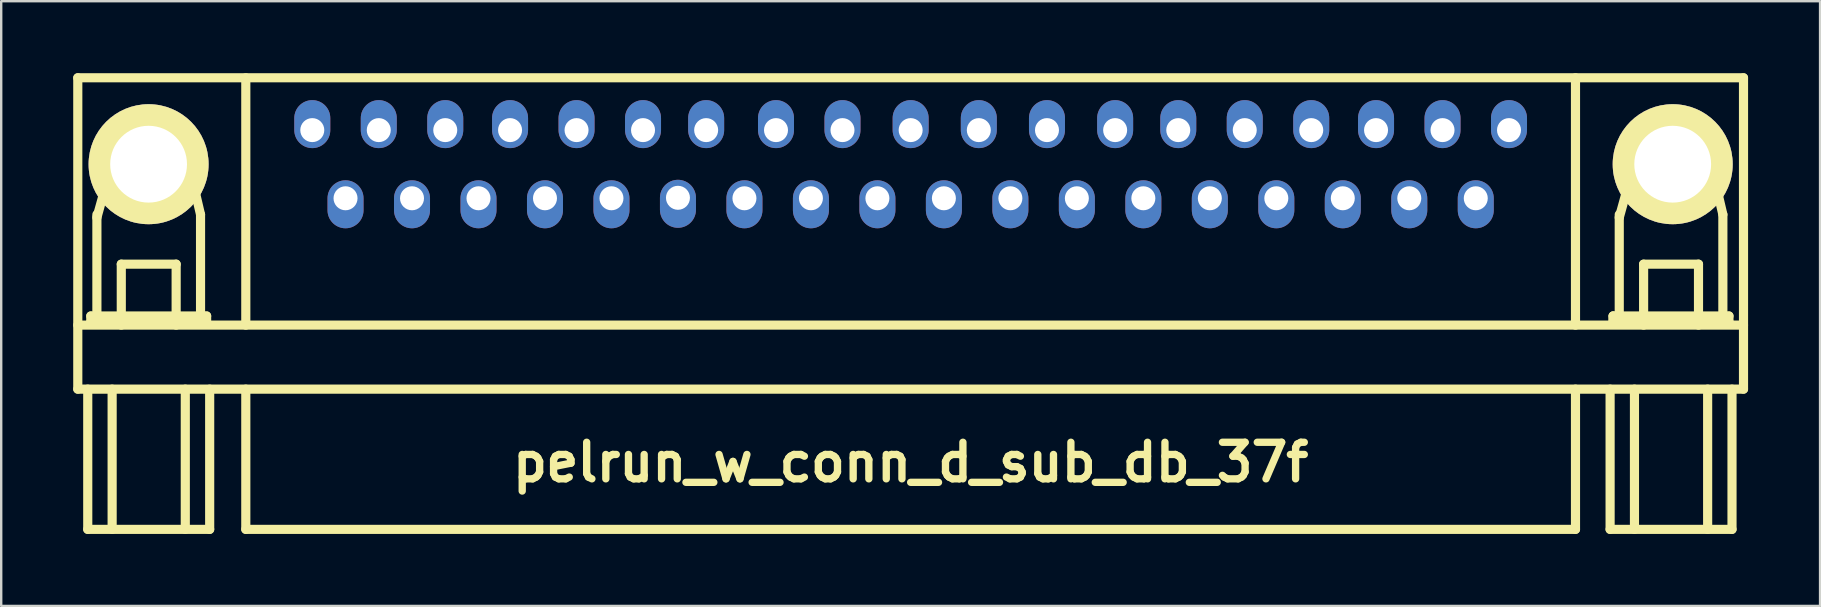
<source format=kicad_pcb>
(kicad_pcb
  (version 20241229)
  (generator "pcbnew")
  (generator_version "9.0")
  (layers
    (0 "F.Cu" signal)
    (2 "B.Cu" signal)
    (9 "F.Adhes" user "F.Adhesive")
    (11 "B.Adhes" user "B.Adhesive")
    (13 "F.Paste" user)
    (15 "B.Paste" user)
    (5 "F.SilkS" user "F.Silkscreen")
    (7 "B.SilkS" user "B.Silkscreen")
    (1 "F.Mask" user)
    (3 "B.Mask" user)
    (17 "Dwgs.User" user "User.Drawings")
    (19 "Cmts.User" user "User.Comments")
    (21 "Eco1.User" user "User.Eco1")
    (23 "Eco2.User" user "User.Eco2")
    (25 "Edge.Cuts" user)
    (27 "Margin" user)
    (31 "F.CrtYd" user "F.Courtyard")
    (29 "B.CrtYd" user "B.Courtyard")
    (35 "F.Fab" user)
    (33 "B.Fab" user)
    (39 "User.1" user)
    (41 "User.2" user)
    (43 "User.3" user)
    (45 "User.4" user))
  (footprint "pelrun_w_conn_d_sub_db_37f"
    (layer "F.Cu")
    (at 34.891 8.591)
    (property "Reference" "pelrun_w_conn_d_sub_db_37f" (at 0 7.62 0) (layer "F.SilkS") (effects (font (size 1.524 1.524) (thickness 0.305))))
    (attr through_hole)
    (fp_line (start -34.7 -8.4) (end -34.7 4.572) (stroke (width 0.381) (type solid)) (layer "F.SilkS"))
    (fp_line (start -34.7 1.905) (end 34.7 1.905) (stroke (width 0.381) (type solid)) (layer "F.SilkS"))
    (fp_line (start -34.285 4.572) (end -34.285 10.414) (stroke (width 0.381) (type solid)) (layer "F.SilkS"))
    (fp_line (start -34.285 10.414) (end -29.205 10.414) (stroke (width 0.381) (type solid)) (layer "F.SilkS"))
    (fp_line (start -34.158 1.524) (end -34.158 1.778) (stroke (width 0.381) (type solid)) (layer "F.SilkS"))
    (fp_line (start -34.158 1.778) (end -29.332 1.778) (stroke (width 0.381) (type solid)) (layer "F.SilkS"))
    (fp_line (start -33.904 -2.576) (end -33.269 -4.862) (stroke (width 0.381) (type solid)) (layer "F.SilkS"))
    (fp_line (start -33.904 1.524) (end -33.904 -2.703) (stroke (width 0.381) (type solid)) (layer "F.SilkS"))
    (fp_line (start -33.269 -4.862) (end -30.094 -4.862) (stroke (width 0.381) (type solid)) (layer "F.SilkS"))
    (fp_line (start -33.269 4.572) (end -33.269 10.414) (stroke (width 0.381) (type solid)) (layer "F.SilkS"))
    (fp_line (start -32.888 -0.635) (end -30.602 -0.635) (stroke (width 0.381) (type solid)) (layer "F.SilkS"))
    (fp_line (start -32.888 1.905) (end -32.888 -0.635) (stroke (width 0.381) (type solid)) (layer "F.SilkS"))
    (fp_line (start -30.602 -0.635) (end -30.602 1.905) (stroke (width 0.381) (type solid)) (layer "F.SilkS"))
    (fp_line (start -30.221 4.572) (end -30.221 10.414) (stroke (width 0.381) (type solid)) (layer "F.SilkS"))
    (fp_line (start -30.094 -4.862) (end -29.586 -2.703) (stroke (width 0.381) (type solid)) (layer "F.SilkS"))
    (fp_line (start -29.586 -2.703) (end -29.586 1.524) (stroke (width 0.381) (type solid)) (layer "F.SilkS"))
    (fp_line (start -29.332 1.524) (end -34.158 1.524) (stroke (width 0.381) (type solid)) (layer "F.SilkS"))
    (fp_line (start -29.332 1.778) (end -29.332 1.524) (stroke (width 0.381) (type solid)) (layer "F.SilkS"))
    (fp_line (start -29.205 4.572) (end -29.205 10.414) (stroke (width 0.381) (type solid)) (layer "F.SilkS"))
    (fp_line (start -27.7 1.905) (end -27.7 -8.4) (stroke (width 0.381) (type solid)) (layer "F.SilkS"))
    (fp_line (start -27.7 4.572) (end -27.7 10.414) (stroke (width 0.381) (type solid)) (layer "F.SilkS"))
    (fp_line (start 27.7 1.905) (end 27.7 -8.4) (stroke (width 0.381) (type solid)) (layer "F.SilkS"))
    (fp_line (start 27.7 10.414) (end -27.7 10.414) (stroke (width 0.381) (type solid)) (layer "F.SilkS"))
    (fp_line (start 27.7 10.414) (end 27.7 4.572) (stroke (width 0.381) (type solid)) (layer "F.SilkS"))
    (fp_line (start 29.142 4.572) (end 29.142 10.414) (stroke (width 0.381) (type solid)) (layer "F.SilkS"))
    (fp_line (start 29.142 10.414) (end 34.221 10.414) (stroke (width 0.381) (type solid)) (layer "F.SilkS"))
    (fp_line (start 29.268 1.524) (end 29.268 1.778) (stroke (width 0.381) (type solid)) (layer "F.SilkS"))
    (fp_line (start 29.268 1.524) (end 29.268 1.778) (stroke (width 0.381) (type solid)) (layer "F.SilkS"))
    (fp_line (start 29.268 1.778) (end 34.094 1.778) (stroke (width 0.381) (type solid)) (layer "F.SilkS"))
    (fp_line (start 29.523 -2.576) (end 30.157 -4.862) (stroke (width 0.381) (type solid)) (layer "F.SilkS"))
    (fp_line (start 29.523 1.524) (end 29.523 -2.703) (stroke (width 0.381) (type solid)) (layer "F.SilkS"))
    (fp_line (start 30.157 -4.862) (end 33.333 -4.862) (stroke (width 0.381) (type solid)) (layer "F.SilkS"))
    (fp_line (start 30.157 4.572) (end 30.157 10.414) (stroke (width 0.381) (type solid)) (layer "F.SilkS"))
    (fp_line (start 30.538 -0.635) (end 32.825 -0.635) (stroke (width 0.381) (type solid)) (layer "F.SilkS"))
    (fp_line (start 30.538 1.905) (end 30.538 -0.635) (stroke (width 0.381) (type solid)) (layer "F.SilkS"))
    (fp_line (start 32.825 -0.635) (end 32.825 1.905) (stroke (width 0.381) (type solid)) (layer "F.SilkS"))
    (fp_line (start 33.206 4.572) (end 33.206 10.414) (stroke (width 0.381) (type solid)) (layer "F.SilkS"))
    (fp_line (start 33.333 -4.862) (end 33.84 -2.703) (stroke (width 0.381) (type solid)) (layer "F.SilkS"))
    (fp_line (start 33.84 -2.703) (end 33.84 1.524) (stroke (width 0.381) (type solid)) (layer "F.SilkS"))
    (fp_line (start 34.094 1.524) (end 29.268 1.524) (stroke (width 0.381) (type solid)) (layer "F.SilkS"))
    (fp_line (start 34.094 1.778) (end 34.094 1.524) (stroke (width 0.381) (type solid)) (layer "F.SilkS"))
    (fp_line (start 34.221 4.572) (end 34.221 10.414) (stroke (width 0.381) (type solid)) (layer "F.SilkS"))
    (fp_line (start 34.7 -8.4) (end -34.7 -8.4) (stroke (width 0.381) (type solid)) (layer "F.SilkS"))
    (fp_line (start 34.7 -8.4) (end 34.7 4.572) (stroke (width 0.381) (type solid)) (layer "F.SilkS"))
    (fp_line (start 34.7 4.572) (end -34.7 4.572) (stroke (width 0.381) (type solid)) (layer "F.SilkS"))
    (pad "" thru_hole circle (at -31.75 -4.8) (size 5 5) (drill 3.2) (layers "*.Cu" "*.Mask" "F.SilkS"))
    (pad "" thru_hole circle (at 31.75 -4.8) (size 5 5) (drill 3.2) (layers "*.Cu" "*.Mask" "F.SilkS"))
    (pad "1" thru_hole oval (at 24.93 -6.22) (size 1.5 2) (drill 1 (offset 0 -0.25)) (layers "*.Cu" "*.Mask"))
    (pad "2" thru_hole oval (at 22.16 -6.22) (size 1.5 2) (drill 1 (offset 0 -0.25)) (layers "*.Cu" "*.Mask"))
    (pad "3" thru_hole oval (at 19.39 -6.22) (size 1.5 2) (drill 1 (offset 0 -0.25)) (layers "*.Cu" "*.Mask"))
    (pad "4" thru_hole oval (at 16.69 -6.22) (size 1.5 2) (drill 1 (offset 0 -0.25)) (layers "*.Cu" "*.Mask"))
    (pad "5" thru_hole oval (at 13.92 -6.22) (size 1.5 2) (drill 1 (offset 0 -0.25)) (layers "*.Cu" "*.Mask"))
    (pad "6" thru_hole oval (at 11.15 -6.22) (size 1.5 2) (drill 1 (offset 0 -0.25)) (layers "*.Cu" "*.Mask"))
    (pad "7" thru_hole oval (at 8.52 -6.22) (size 1.5 2) (drill 1 (offset 0 -0.25)) (layers "*.Cu" "*.Mask"))
    (pad "8" thru_hole oval (at 5.68 -6.22) (size 1.5 2) (drill 1 (offset 0 -0.25)) (layers "*.Cu" "*.Mask"))
    (pad "9" thru_hole oval (at 2.84 -6.22) (size 1.5 2) (drill 1 (offset 0 -0.25)) (layers "*.Cu" "*.Mask"))
    (pad "10" thru_hole oval (at 0 -6.22) (size 1.5 2) (drill 1 (offset 0 -0.25)) (layers "*.Cu" "*.Mask"))
    (pad "11" thru_hole oval (at -2.84 -6.22) (size 1.5 2) (drill 1 (offset 0 -0.25)) (layers "*.Cu" "*.Mask"))
    (pad "12" thru_hole oval (at -5.61 -6.22) (size 1.5 2) (drill 1 (offset 0 -0.25)) (layers "*.Cu" "*.Mask"))
    (pad "13" thru_hole oval (at -8.52 -6.22) (size 1.5 2) (drill 1 (offset 0 -0.25)) (layers "*.Cu" "*.Mask"))
    (pad "14" thru_hole oval (at -11.15 -6.22) (size 1.5 2) (drill 1 (offset 0 -0.25)) (layers "*.Cu" "*.Mask"))
    (pad "15" thru_hole oval (at -13.92 -6.22) (size 1.5 2) (drill 1 (offset 0 -0.25)) (layers "*.Cu" "*.Mask"))
    (pad "16" thru_hole oval (at -16.69 -6.22) (size 1.5 2) (drill 1 (offset 0 -0.25)) (layers "*.Cu" "*.Mask"))
    (pad "17" thru_hole oval (at -19.39 -6.22) (size 1.5 2) (drill 1 (offset 0 -0.25)) (layers "*.Cu" "*.Mask"))
    (pad "18" thru_hole oval (at -22.16 -6.22) (size 1.5 2) (drill 1 (offset 0 -0.25)) (layers "*.Cu" "*.Mask"))
    (pad "19" thru_hole oval (at -24.93 -6.22) (size 1.5 2) (drill 1 (offset 0 -0.25)) (layers "*.Cu" "*.Mask"))
    (pad "20" thru_hole oval (at 23.545 -3.38) (size 1.5 2) (drill 1 (offset 0 0.25)) (layers "*.Cu" "*.Mask"))
    (pad "21" thru_hole oval (at 20.775 -3.38) (size 1.5 2) (drill 1 (offset 0 0.25)) (layers "*.Cu" "*.Mask"))
    (pad "22" thru_hole oval (at 18.005 -3.38) (size 1.5 2) (drill 1 (offset 0 0.25)) (layers "*.Cu" "*.Mask"))
    (pad "23" thru_hole oval (at 15.235 -3.38) (size 1.5 2) (drill 1 (offset 0 0.25)) (layers "*.Cu" "*.Mask"))
    (pad "24" thru_hole oval (at 12.465 -3.38) (size 1.5 2) (drill 1 (offset 0 0.25)) (layers "*.Cu" "*.Mask"))
    (pad "25" thru_hole oval (at 9.695 -3.38) (size 1.5 2) (drill 1 (offset 0 0.25)) (layers "*.Cu" "*.Mask"))
    (pad "26" thru_hole oval (at 6.925 -3.38) (size 1.5 2) (drill 1 (offset 0 0.25)) (layers "*.Cu" "*.Mask"))
    (pad "27" thru_hole oval (at 4.155 -3.38) (size 1.5 2) (drill 1 (offset 0 0.25)) (layers "*.Cu" "*.Mask"))
    (pad "28" thru_hole oval (at 1.385 -3.38) (size 1.5 2) (drill 1 (offset 0 0.25)) (layers "*.Cu" "*.Mask"))
    (pad "29" thru_hole oval (at -1.385 -3.38) (size 1.5 2) (drill 1 (offset 0 0.25)) (layers "*.Cu" "*.Mask"))
    (pad "30" thru_hole oval (at -4.155 -3.38) (size 1.5 2) (drill 1 (offset 0 0.25)) (layers "*.Cu" "*.Mask"))
    (pad "31" thru_hole oval (at -6.925 -3.38) (size 1.5 2) (drill 1 (offset 0 0.25)) (layers "*.Cu" "*.Mask"))
    (pad "32" thru_hole oval (at -9.695 -3.4) (size 1.5 2) (drill 1 (offset 0 0.25)) (layers "*.Cu" "*.Mask"))
    (pad "33" thru_hole oval (at -12.465 -3.38) (size 1.5 2) (drill 1 (offset 0 0.25)) (layers "*.Cu" "*.Mask"))
    (pad "34" thru_hole oval (at -15.235 -3.38) (size 1.5 2) (drill 1 (offset 0 0.25)) (layers "*.Cu" "*.Mask"))
    (pad "35" thru_hole oval (at -18.005 -3.38) (size 1.5 2) (drill 1 (offset 0 0.25)) (layers "*.Cu" "*.Mask"))
    (pad "36" thru_hole oval (at -20.775 -3.38) (size 1.5 2) (drill 1 (offset 0 0.25)) (layers "*.Cu" "*.Mask"))
    (pad "37" thru_hole oval (at -23.545 -3.38) (size 1.5 2) (drill 1 (offset 0 0.25)) (layers "*.Cu" "*.Mask")))
  (gr_rect
    (start -3 -3)
    (end 72.781 22.195)
    (stroke (width 0.1) (type default))
    (fill no)
    (layer "Edge.Cuts")))
</source>
